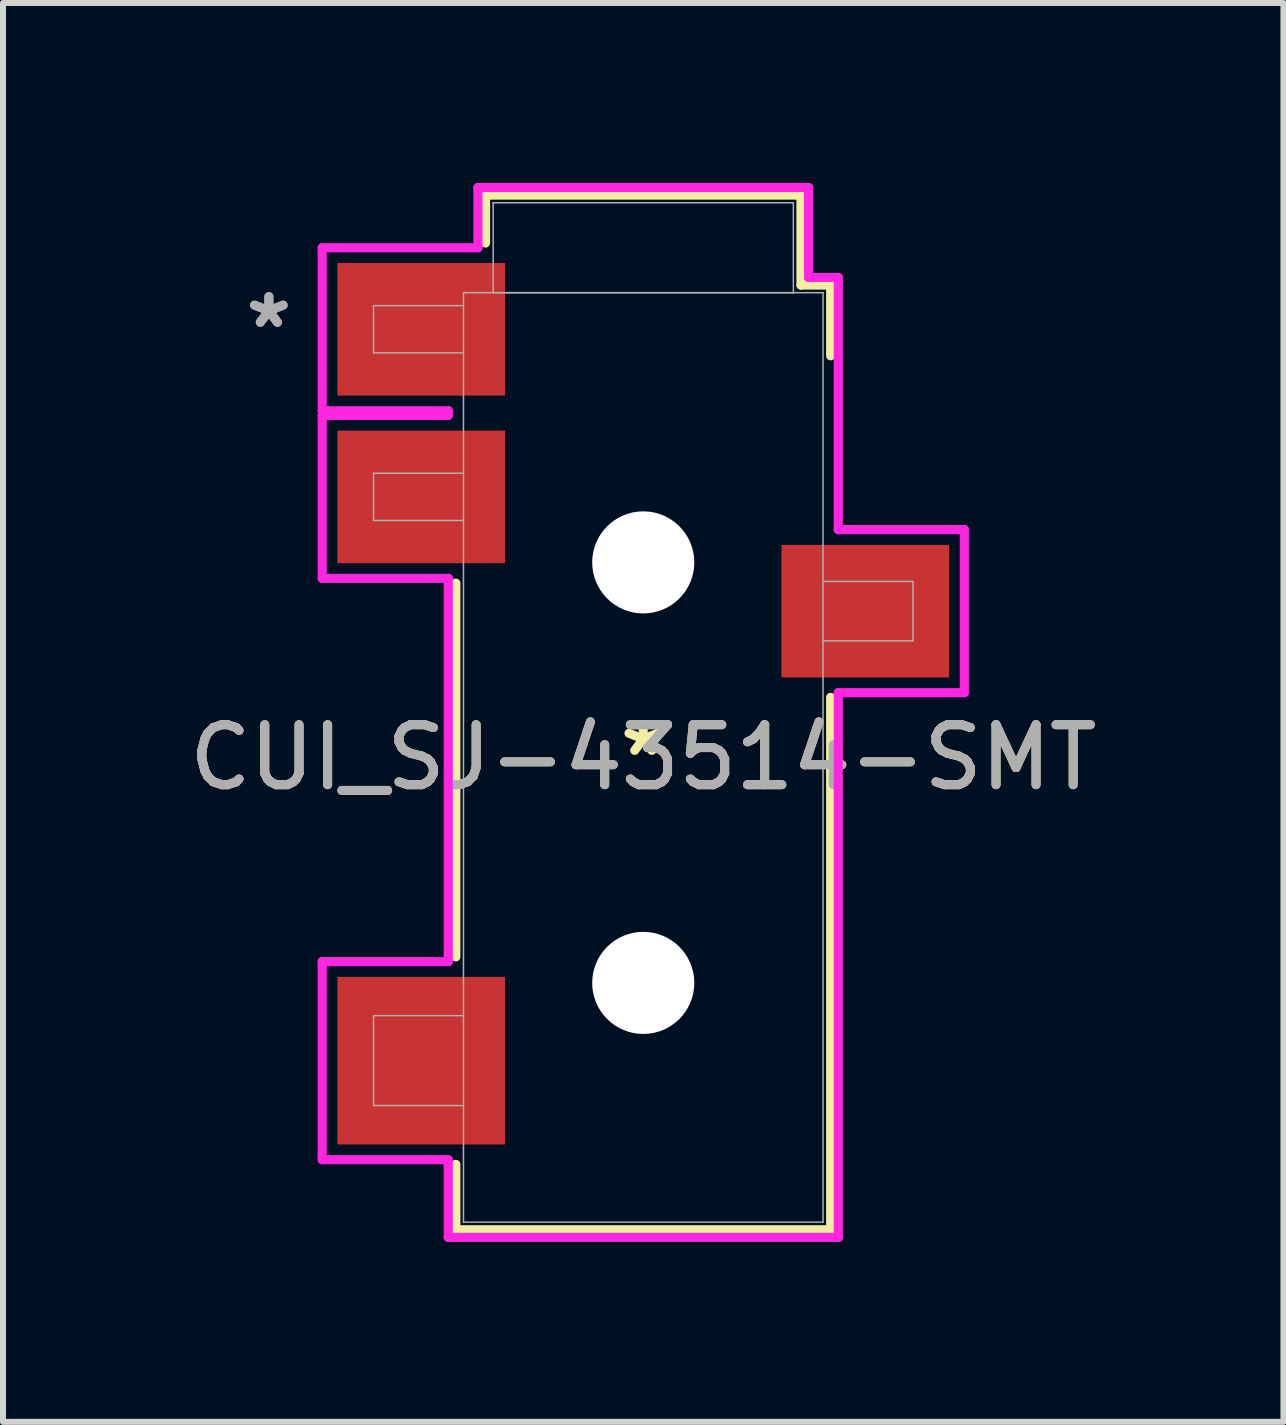
<source format=kicad_pcb>
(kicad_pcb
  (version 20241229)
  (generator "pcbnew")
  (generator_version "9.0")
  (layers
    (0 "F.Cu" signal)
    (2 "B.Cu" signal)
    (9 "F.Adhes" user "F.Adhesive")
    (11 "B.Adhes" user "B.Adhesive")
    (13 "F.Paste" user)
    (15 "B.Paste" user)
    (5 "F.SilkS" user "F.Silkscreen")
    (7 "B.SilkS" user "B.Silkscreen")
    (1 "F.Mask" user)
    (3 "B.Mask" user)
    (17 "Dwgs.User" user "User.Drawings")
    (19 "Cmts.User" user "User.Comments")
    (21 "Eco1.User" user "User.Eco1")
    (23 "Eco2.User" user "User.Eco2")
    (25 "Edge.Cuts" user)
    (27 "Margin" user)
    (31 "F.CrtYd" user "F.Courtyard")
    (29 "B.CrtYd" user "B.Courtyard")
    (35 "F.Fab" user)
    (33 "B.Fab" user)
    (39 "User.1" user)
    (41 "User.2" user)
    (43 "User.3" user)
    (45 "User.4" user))
  (footprint "CUI_SJ-43514-SMT"
    (layer "F.Cu")
    (at 7.673 9.576)
    (property "Reference" "CUI_SJ-43514-SMT" (at 0 0 0) (unlocked yes) (layer "F.SilkS") (effects (font (size 1 1) (thickness 0.15))))
    (attr smd)
    (fp_line (start -3.124 3.325) (end -3.124 -2.906) (stroke (width 0.152) (type solid)) (layer "F.SilkS"))
    (fp_line (start -3.124 7.874) (end -3.124 6.784) (stroke (width 0.152) (type solid)) (layer "F.SilkS"))
    (fp_line (start -2.629 -9.373) (end 2.629 -9.373) (stroke (width 0.152) (type solid)) (layer "F.SilkS"))
    (fp_line (start -2.629 -8.575) (end -2.629 -9.373) (stroke (width 0.152) (type solid)) (layer "F.SilkS"))
    (fp_line (start 2.629 -9.373) (end 2.629 -7.874) (stroke (width 0.152) (type solid)) (layer "F.SilkS"))
    (fp_line (start 2.629 -7.874) (end 3.124 -7.874) (stroke (width 0.152) (type solid)) (layer "F.SilkS"))
    (fp_line (start 3.124 -7.874) (end 3.124 -6.695) (stroke (width 0.152) (type solid)) (layer "F.SilkS"))
    (fp_line (start 3.124 -1.001) (end 3.124 7.874) (stroke (width 0.152) (type solid)) (layer "F.SilkS"))
    (fp_line (start 3.124 7.874) (end -3.124 7.874) (stroke (width 0.152) (type solid)) (layer "F.SilkS"))
    (fp_line (start -5.352 -8.496) (end -5.352 -5.779) (stroke (width 0.152) (type solid)) (layer "F.CrtYd"))
    (fp_line (start -5.352 -5.779) (end -3.251 -5.779) (stroke (width 0.152) (type solid)) (layer "F.CrtYd"))
    (fp_line (start -5.352 -5.702) (end -5.352 -2.985) (stroke (width 0.152) (type solid)) (layer "F.CrtYd"))
    (fp_line (start -5.352 -2.985) (end -3.251 -2.985) (stroke (width 0.152) (type solid)) (layer "F.CrtYd"))
    (fp_line (start -5.352 3.404) (end -5.352 6.706) (stroke (width 0.152) (type solid)) (layer "F.CrtYd"))
    (fp_line (start -5.352 6.706) (end -3.251 6.706) (stroke (width 0.152) (type solid)) (layer "F.CrtYd"))
    (fp_line (start -3.251 -5.779) (end -3.251 -5.702) (stroke (width 0.152) (type solid)) (layer "F.CrtYd"))
    (fp_line (start -3.251 -5.702) (end -5.352 -5.702) (stroke (width 0.152) (type solid)) (layer "F.CrtYd"))
    (fp_line (start -3.251 -2.985) (end -3.251 3.404) (stroke (width 0.152) (type solid)) (layer "F.CrtYd"))
    (fp_line (start -3.251 3.404) (end -5.352 3.404) (stroke (width 0.152) (type solid)) (layer "F.CrtYd"))
    (fp_line (start -3.251 6.706) (end -3.251 8.001) (stroke (width 0.152) (type solid)) (layer "F.CrtYd"))
    (fp_line (start -3.251 8.001) (end 3.251 8.001) (stroke (width 0.152) (type solid)) (layer "F.CrtYd"))
    (fp_line (start -2.756 -9.5) (end -2.756 -8.496) (stroke (width 0.152) (type solid)) (layer "F.CrtYd"))
    (fp_line (start -2.756 -8.496) (end -5.352 -8.496) (stroke (width 0.152) (type solid)) (layer "F.CrtYd"))
    (fp_line (start 2.756 -9.5) (end -2.756 -9.5) (stroke (width 0.152) (type solid)) (layer "F.CrtYd"))
    (fp_line (start 2.756 -8.001) (end 2.756 -9.5) (stroke (width 0.152) (type solid)) (layer "F.CrtYd"))
    (fp_line (start 3.251 -8.001) (end 2.756 -8.001) (stroke (width 0.152) (type solid)) (layer "F.CrtYd"))
    (fp_line (start 3.251 -3.797) (end 3.251 -8.001) (stroke (width 0.152) (type solid)) (layer "F.CrtYd"))
    (fp_line (start 3.251 -1.079) (end 5.352 -1.079) (stroke (width 0.152) (type solid)) (layer "F.CrtYd"))
    (fp_line (start 3.251 8.001) (end 3.251 -1.079) (stroke (width 0.152) (type solid)) (layer "F.CrtYd"))
    (fp_line (start 5.352 -3.797) (end 3.251 -3.797) (stroke (width 0.152) (type solid)) (layer "F.CrtYd"))
    (fp_line (start 5.352 -1.079) (end 5.352 -3.797) (stroke (width 0.152) (type solid)) (layer "F.CrtYd"))
    (fp_line (start -4.496 -7.531) (end -2.997 -7.531) (stroke (width 0.025) (type solid)) (layer "F.Fab"))
    (fp_line (start -4.496 -6.744) (end -4.496 -7.531) (stroke (width 0.025) (type solid)) (layer "F.Fab"))
    (fp_line (start -4.496 -4.737) (end -4.496 -3.95) (stroke (width 0.025) (type solid)) (layer "F.Fab"))
    (fp_line (start -4.496 -3.95) (end -2.997 -3.95) (stroke (width 0.025) (type solid)) (layer "F.Fab"))
    (fp_line (start -4.496 4.305) (end -4.496 5.804) (stroke (width 0.025) (type solid)) (layer "F.Fab"))
    (fp_line (start -4.496 5.804) (end -2.997 5.804) (stroke (width 0.025) (type solid)) (layer "F.Fab"))
    (fp_line (start -2.997 -7.747) (end -2.997 7.747) (stroke (width 0.025) (type solid)) (layer "F.Fab"))
    (fp_line (start -2.997 -6.744) (end -4.496 -6.744) (stroke (width 0.025) (type solid)) (layer "F.Fab"))
    (fp_line (start -2.997 -4.737) (end -4.496 -4.737) (stroke (width 0.025) (type solid)) (layer "F.Fab"))
    (fp_line (start -2.997 4.305) (end -4.496 4.305) (stroke (width 0.025) (type solid)) (layer "F.Fab"))
    (fp_line (start -2.997 7.747) (end 2.997 7.747) (stroke (width 0.025) (type solid)) (layer "F.Fab"))
    (fp_line (start -2.502 -9.246) (end -2.502 -7.747) (stroke (width 0.025) (type solid)) (layer "F.Fab"))
    (fp_line (start -2.502 -7.747) (end 2.502 -7.747) (stroke (width 0.025) (type solid)) (layer "F.Fab"))
    (fp_line (start 2.502 -9.246) (end -2.502 -9.246) (stroke (width 0.025) (type solid)) (layer "F.Fab"))
    (fp_line (start 2.502 -7.747) (end 2.502 -9.246) (stroke (width 0.025) (type solid)) (layer "F.Fab"))
    (fp_line (start 2.997 -7.747) (end -2.997 -7.747) (stroke (width 0.025) (type solid)) (layer "F.Fab"))
    (fp_line (start 2.997 -2.934) (end 4.496 -2.934) (stroke (width 0.025) (type solid)) (layer "F.Fab"))
    (fp_line (start 2.997 7.747) (end 2.997 -7.747) (stroke (width 0.025) (type solid)) (layer "F.Fab"))
    (fp_line (start 4.496 -2.934) (end 4.496 -1.943) (stroke (width 0.025) (type solid)) (layer "F.Fab"))
    (fp_line (start 4.496 -1.943) (end 2.997 -1.943) (stroke (width 0.025) (type solid)) (layer "F.Fab"))
    (fp_text user "*" (at 0 0 0) (layer "F.SilkS") (effects (font (size 1 1) (thickness 0.15))))
    (fp_text user "*" (at -6.241 -7.137 0) (unlocked yes) (layer "F.Fab") (effects (font (size 1 1) (thickness 0.15))))
    (fp_text user "*" (at -6.241 -7.137 0) (layer "F.Fab") (effects (font (size 1 1) (thickness 0.15))))
    (fp_text user "${REFERENCE}" (at 0 0 0) (unlocked yes) (layer "F.Fab") (effects (font (size 1 1) (thickness 0.15))))
    (pad "" np_thru_hole circle (at 0 -3.251) (size 1.702 1.702) (drill 1.702) (layers "*.Cu" "*.Mask"))
    (pad "" np_thru_hole circle (at 0 3.759) (size 1.702 1.702) (drill 1.702) (layers "*.Cu" "*.Mask"))
    (pad "R1" smd rect (at 3.701 -2.438) (size 2.794 2.21) (layers "F.Cu" "F.Mask" "F.Paste"))
    (pad "R2" smd rect (at -3.701 -4.343) (size 2.794 2.21) (layers "F.Cu" "F.Mask" "F.Paste"))
    (pad "S" smd rect (at -3.701 -7.137) (size 2.794 2.21) (layers "F.Cu" "F.Mask" "F.Paste"))
    (pad "T" smd rect (at -3.701 5.055) (size 2.794 2.794) (layers "F.Cu" "F.Mask" "F.Paste")))
  (gr_rect
    (start -3 -3)
    (end 18.345 20.653)
    (stroke (width 0.1) (type default))
    (fill no)
    (layer "Edge.Cuts")))
</source>
